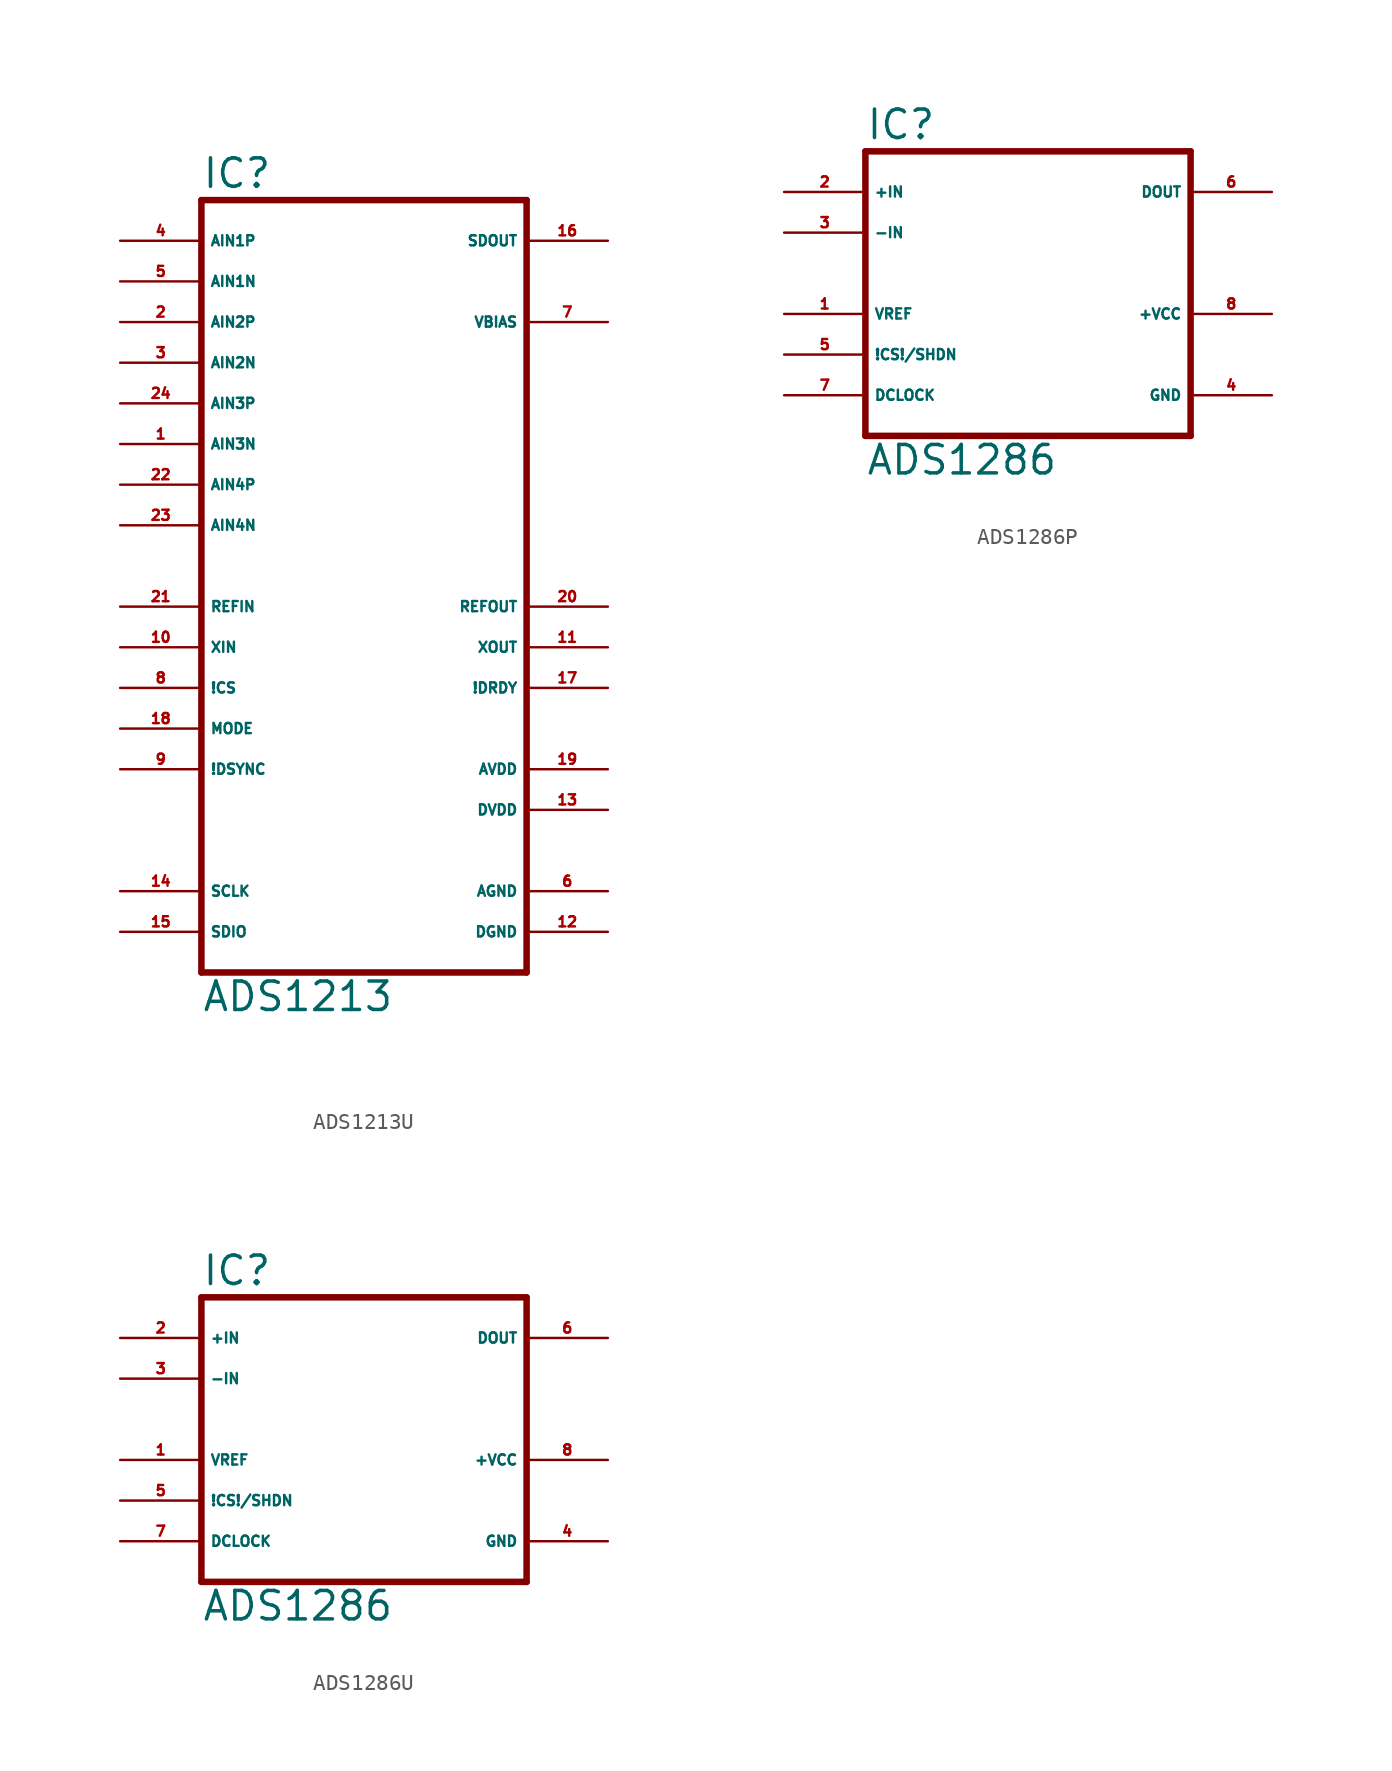
<source format=kicad_sym>
(kicad_symbol_lib
  (version 20220914)
  (generator Eagle2Kicad)
  (symbol "ADS1213U"
    (property "Reference" "IC"
      (at -10.16 23.495 0)
      (effects (font (size 1.778 1.778) (thickness 0.22)) (justify left bottom)))
    (property "Value" "ADS1213"
      (at -10.16 -27.94 0)
      (effects (font (size 1.778 1.778) (thickness 0.22)) (justify left bottom)))
    (polyline
      (pts (xy -10.16 -25.4) (xy 10.16 -25.4))
      (stroke (width 0.406) (type default))
      (fill (type none)))
    (polyline
      (pts (xy 10.16 -25.4) (xy 10.16 22.86))
      (stroke (width 0.406) (type default))
      (fill (type none)))
    (polyline
      (pts (xy 10.16 22.86) (xy -10.16 22.86))
      (stroke (width 0.406) (type default))
      (fill (type none)))
    (polyline
      (pts (xy -10.16 22.86) (xy -10.16 -25.4))
      (stroke (width 0.406) (type default))
      (fill (type none)))
    (pin input line
      (at -15.24 20.32 0)
      (length 5.08)
      (name "AIN1P" (effects (font (size 0.635 0.635) (thickness 0.08)) (justify left bottom)))
      (number "4" (effects (font (size 0.635 0.635) (thickness 0.08)) (justify left bottom))))
    (pin input line
      (at -15.24 17.78 0)
      (length 5.08)
      (name "AIN1N" (effects (font (size 0.635 0.635) (thickness 0.08)) (justify left bottom)))
      (number "5" (effects (font (size 0.635 0.635) (thickness 0.08)) (justify left bottom))))
    (pin input line
      (at -15.24 -7.62 0)
      (length 5.08)
      (name "!CS" (effects (font (size 0.635 0.635) (thickness 0.08)) (justify left bottom)))
      (number "8" (effects (font (size 0.635 0.635) (thickness 0.08)) (justify left bottom))))
    (pin input line
      (at -15.24 -12.7 0)
      (length 5.08)
      (name "!DSYNC" (effects (font (size 0.635 0.635) (thickness 0.08)) (justify left bottom)))
      (number "9" (effects (font (size 0.635 0.635) (thickness 0.08)) (justify left bottom))))
    (pin input line
      (at -15.24 -5.08 0)
      (length 5.08)
      (name "XIN" (effects (font (size 0.635 0.635) (thickness 0.08)) (justify left bottom)))
      (number "10" (effects (font (size 0.635 0.635) (thickness 0.08)) (justify left bottom))))
    (pin input line
      (at -15.24 -10.16 0)
      (length 5.08)
      (name "MODE" (effects (font (size 0.635 0.635) (thickness 0.08)) (justify left bottom)))
      (number "18" (effects (font (size 0.635 0.635) (thickness 0.08)) (justify left bottom))))
    (pin input line
      (at -15.24 -2.54 0)
      (length 5.08)
      (name "REFIN" (effects (font (size 0.635 0.635) (thickness 0.08)) (justify left bottom)))
      (number "21" (effects (font (size 0.635 0.635) (thickness 0.08)) (justify left bottom))))
    (pin bidirectional line
      (at -15.24 -20.32 0)
      (length 5.08)
      (name "SCLK" (effects (font (size 0.635 0.635) (thickness 0.08)) (justify left bottom)))
      (number "14" (effects (font (size 0.635 0.635) (thickness 0.08)) (justify left bottom))))
    (pin bidirectional line
      (at -15.24 -22.86 0)
      (length 5.08)
      (name "SDIO" (effects (font (size 0.635 0.635) (thickness 0.08)) (justify left bottom)))
      (number "15" (effects (font (size 0.635 0.635) (thickness 0.08)) (justify left bottom))))
    (pin output line
      (at 15.24 15.24 180)
      (length 5.08)
      (name "VBIAS" (effects (font (size 0.635 0.635) (thickness 0.08)) (justify left bottom)))
      (number "7" (effects (font (size 0.635 0.635) (thickness 0.08)) (justify left bottom))))
    (pin output line
      (at 15.24 -5.08 180)
      (length 5.08)
      (name "XOUT" (effects (font (size 0.635 0.635) (thickness 0.08)) (justify left bottom)))
      (number "11" (effects (font (size 0.635 0.635) (thickness 0.08)) (justify left bottom))))
    (pin output line
      (at 15.24 20.32 180)
      (length 5.08)
      (name "SDOUT" (effects (font (size 0.635 0.635) (thickness 0.08)) (justify left bottom)))
      (number "16" (effects (font (size 0.635 0.635) (thickness 0.08)) (justify left bottom))))
    (pin output line
      (at 15.24 -2.54 180)
      (length 5.08)
      (name "REFOUT" (effects (font (size 0.635 0.635) (thickness 0.08)) (justify left bottom)))
      (number "20" (effects (font (size 0.635 0.635) (thickness 0.08)) (justify left bottom))))
    (pin unspecified line
      (at 15.24 -22.86 180)
      (length 5.08)
      (name "DGND" (effects (font (size 0.635 0.635) (thickness 0.08)) (justify left bottom)))
      (number "12" (effects (font (size 0.635 0.635) (thickness 0.08)) (justify left bottom))))
    (pin unspecified line
      (at 15.24 -20.32 180)
      (length 5.08)
      (name "AGND" (effects (font (size 0.635 0.635) (thickness 0.08)) (justify left bottom)))
      (number "6" (effects (font (size 0.635 0.635) (thickness 0.08)) (justify left bottom))))
    (pin unspecified line
      (at 15.24 -15.24 180)
      (length 5.08)
      (name "DVDD" (effects (font (size 0.635 0.635) (thickness 0.08)) (justify left bottom)))
      (number "13" (effects (font (size 0.635 0.635) (thickness 0.08)) (justify left bottom))))
    (pin unspecified line
      (at 15.24 -12.7 180)
      (length 5.08)
      (name "AVDD" (effects (font (size 0.635 0.635) (thickness 0.08)) (justify left bottom)))
      (number "19" (effects (font (size 0.635 0.635) (thickness 0.08)) (justify left bottom))))
    (pin output line
      (at 15.24 -7.62 180)
      (length 5.08)
      (name "!DRDY" (effects (font (size 0.635 0.635) (thickness 0.08)) (justify left bottom)))
      (number "17" (effects (font (size 0.635 0.635) (thickness 0.08)) (justify left bottom))))
    (pin input line
      (at -15.24 15.24 0)
      (length 5.08)
      (name "AIN2P" (effects (font (size 0.635 0.635) (thickness 0.08)) (justify left bottom)))
      (number "2" (effects (font (size 0.635 0.635) (thickness 0.08)) (justify left bottom))))
    (pin input line
      (at -15.24 12.7 0)
      (length 5.08)
      (name "AIN2N" (effects (font (size 0.635 0.635) (thickness 0.08)) (justify left bottom)))
      (number "3" (effects (font (size 0.635 0.635) (thickness 0.08)) (justify left bottom))))
    (pin input line
      (at -15.24 10.16 0)
      (length 5.08)
      (name "AIN3P" (effects (font (size 0.635 0.635) (thickness 0.08)) (justify left bottom)))
      (number "24" (effects (font (size 0.635 0.635) (thickness 0.08)) (justify left bottom))))
    (pin input line
      (at -15.24 7.62 0)
      (length 5.08)
      (name "AIN3N" (effects (font (size 0.635 0.635) (thickness 0.08)) (justify left bottom)))
      (number "1" (effects (font (size 0.635 0.635) (thickness 0.08)) (justify left bottom))))
    (pin input line
      (at -15.24 5.08 0)
      (length 5.08)
      (name "AIN4P" (effects (font (size 0.635 0.635) (thickness 0.08)) (justify left bottom)))
      (number "22" (effects (font (size 0.635 0.635) (thickness 0.08)) (justify left bottom))))
    (pin input line
      (at -15.24 2.54 0)
      (length 5.08)
      (name "AIN4N" (effects (font (size 0.635 0.635) (thickness 0.08)) (justify left bottom)))
      (number "23" (effects (font (size 0.635 0.635) (thickness 0.08)) (justify left bottom)))))
  (symbol "ADS1286P"
    (property "Reference" "IC"
      (at -10.16 10.795 0)
      (effects (font (size 1.778 1.778) (thickness 0.22)) (justify left bottom)))
    (property "Value" "ADS1286"
      (at -10.16 -10.16 0)
      (effects (font (size 1.778 1.778) (thickness 0.22)) (justify left bottom)))
    (polyline
      (pts (xy -10.16 -7.62) (xy 10.16 -7.62))
      (stroke (width 0.406) (type default))
      (fill (type none)))
    (polyline
      (pts (xy 10.16 -7.62) (xy 10.16 10.16))
      (stroke (width 0.406) (type default))
      (fill (type none)))
    (polyline
      (pts (xy 10.16 10.16) (xy -10.16 10.16))
      (stroke (width 0.406) (type default))
      (fill (type none)))
    (polyline
      (pts (xy -10.16 10.16) (xy -10.16 -7.62))
      (stroke (width 0.406) (type default))
      (fill (type none)))
    (pin input line
      (at -15.24 7.62 0)
      (length 5.08)
      (name "+IN" (effects (font (size 0.635 0.635) (thickness 0.08)) (justify left bottom)))
      (number "2" (effects (font (size 0.635 0.635) (thickness 0.08)) (justify left bottom))))
    (pin input line
      (at -15.24 5.08 0)
      (length 5.08)
      (name "-IN" (effects (font (size 0.635 0.635) (thickness 0.08)) (justify left bottom)))
      (number "3" (effects (font (size 0.635 0.635) (thickness 0.08)) (justify left bottom))))
    (pin input line
      (at -15.24 0 0)
      (length 5.08)
      (name "VREF" (effects (font (size 0.635 0.635) (thickness 0.08)) (justify left bottom)))
      (number "1" (effects (font (size 0.635 0.635) (thickness 0.08)) (justify left bottom))))
    (pin input line
      (at -15.24 -5.08 0)
      (length 5.08)
      (name "DCLOCK" (effects (font (size 0.635 0.635) (thickness 0.08)) (justify left bottom)))
      (number "7" (effects (font (size 0.635 0.635) (thickness 0.08)) (justify left bottom))))
    (pin input line
      (at -15.24 -2.54 0)
      (length 5.08)
      (name "!CS!/SHDN" (effects (font (size 0.635 0.635) (thickness 0.08)) (justify left bottom)))
      (number "5" (effects (font (size 0.635 0.635) (thickness 0.08)) (justify left bottom))))
    (pin output line
      (at 15.24 7.62 180)
      (length 5.08)
      (name "DOUT" (effects (font (size 0.635 0.635) (thickness 0.08)) (justify left bottom)))
      (number "6" (effects (font (size 0.635 0.635) (thickness 0.08)) (justify left bottom))))
    (pin unspecified line
      (at 15.24 0 180)
      (length 5.08)
      (name "+VCC" (effects (font (size 0.635 0.635) (thickness 0.08)) (justify left bottom)))
      (number "8" (effects (font (size 0.635 0.635) (thickness 0.08)) (justify left bottom))))
    (pin unspecified line
      (at 15.24 -5.08 180)
      (length 5.08)
      (name "GND" (effects (font (size 0.635 0.635) (thickness 0.08)) (justify left bottom)))
      (number "4" (effects (font (size 0.635 0.635) (thickness 0.08)) (justify left bottom)))))
  (symbol "ADS1286U"
    (property "Reference" "IC"
      (at -10.16 10.795 0)
      (effects (font (size 1.778 1.778) (thickness 0.22)) (justify left bottom)))
    (property "Value" "ADS1286"
      (at -10.16 -10.16 0)
      (effects (font (size 1.778 1.778) (thickness 0.22)) (justify left bottom)))
    (polyline
      (pts (xy -10.16 -7.62) (xy 10.16 -7.62))
      (stroke (width 0.406) (type default))
      (fill (type none)))
    (polyline
      (pts (xy 10.16 -7.62) (xy 10.16 10.16))
      (stroke (width 0.406) (type default))
      (fill (type none)))
    (polyline
      (pts (xy 10.16 10.16) (xy -10.16 10.16))
      (stroke (width 0.406) (type default))
      (fill (type none)))
    (polyline
      (pts (xy -10.16 10.16) (xy -10.16 -7.62))
      (stroke (width 0.406) (type default))
      (fill (type none)))
    (pin input line
      (at -15.24 7.62 0)
      (length 5.08)
      (name "+IN" (effects (font (size 0.635 0.635) (thickness 0.08)) (justify left bottom)))
      (number "2" (effects (font (size 0.635 0.635) (thickness 0.08)) (justify left bottom))))
    (pin input line
      (at -15.24 5.08 0)
      (length 5.08)
      (name "-IN" (effects (font (size 0.635 0.635) (thickness 0.08)) (justify left bottom)))
      (number "3" (effects (font (size 0.635 0.635) (thickness 0.08)) (justify left bottom))))
    (pin input line
      (at -15.24 0 0)
      (length 5.08)
      (name "VREF" (effects (font (size 0.635 0.635) (thickness 0.08)) (justify left bottom)))
      (number "1" (effects (font (size 0.635 0.635) (thickness 0.08)) (justify left bottom))))
    (pin input line
      (at -15.24 -5.08 0)
      (length 5.08)
      (name "DCLOCK" (effects (font (size 0.635 0.635) (thickness 0.08)) (justify left bottom)))
      (number "7" (effects (font (size 0.635 0.635) (thickness 0.08)) (justify left bottom))))
    (pin input line
      (at -15.24 -2.54 0)
      (length 5.08)
      (name "!CS!/SHDN" (effects (font (size 0.635 0.635) (thickness 0.08)) (justify left bottom)))
      (number "5" (effects (font (size 0.635 0.635) (thickness 0.08)) (justify left bottom))))
    (pin output line
      (at 15.24 7.62 180)
      (length 5.08)
      (name "DOUT" (effects (font (size 0.635 0.635) (thickness 0.08)) (justify left bottom)))
      (number "6" (effects (font (size 0.635 0.635) (thickness 0.08)) (justify left bottom))))
    (pin unspecified line
      (at 15.24 0 180)
      (length 5.08)
      (name "+VCC" (effects (font (size 0.635 0.635) (thickness 0.08)) (justify left bottom)))
      (number "8" (effects (font (size 0.635 0.635) (thickness 0.08)) (justify left bottom))))
    (pin unspecified line
      (at 15.24 -5.08 180)
      (length 5.08)
      (name "GND" (effects (font (size 0.635 0.635) (thickness 0.08)) (justify left bottom)))
      (number "4" (effects (font (size 0.635 0.635) (thickness 0.08)) (justify left bottom))))))
</source>
